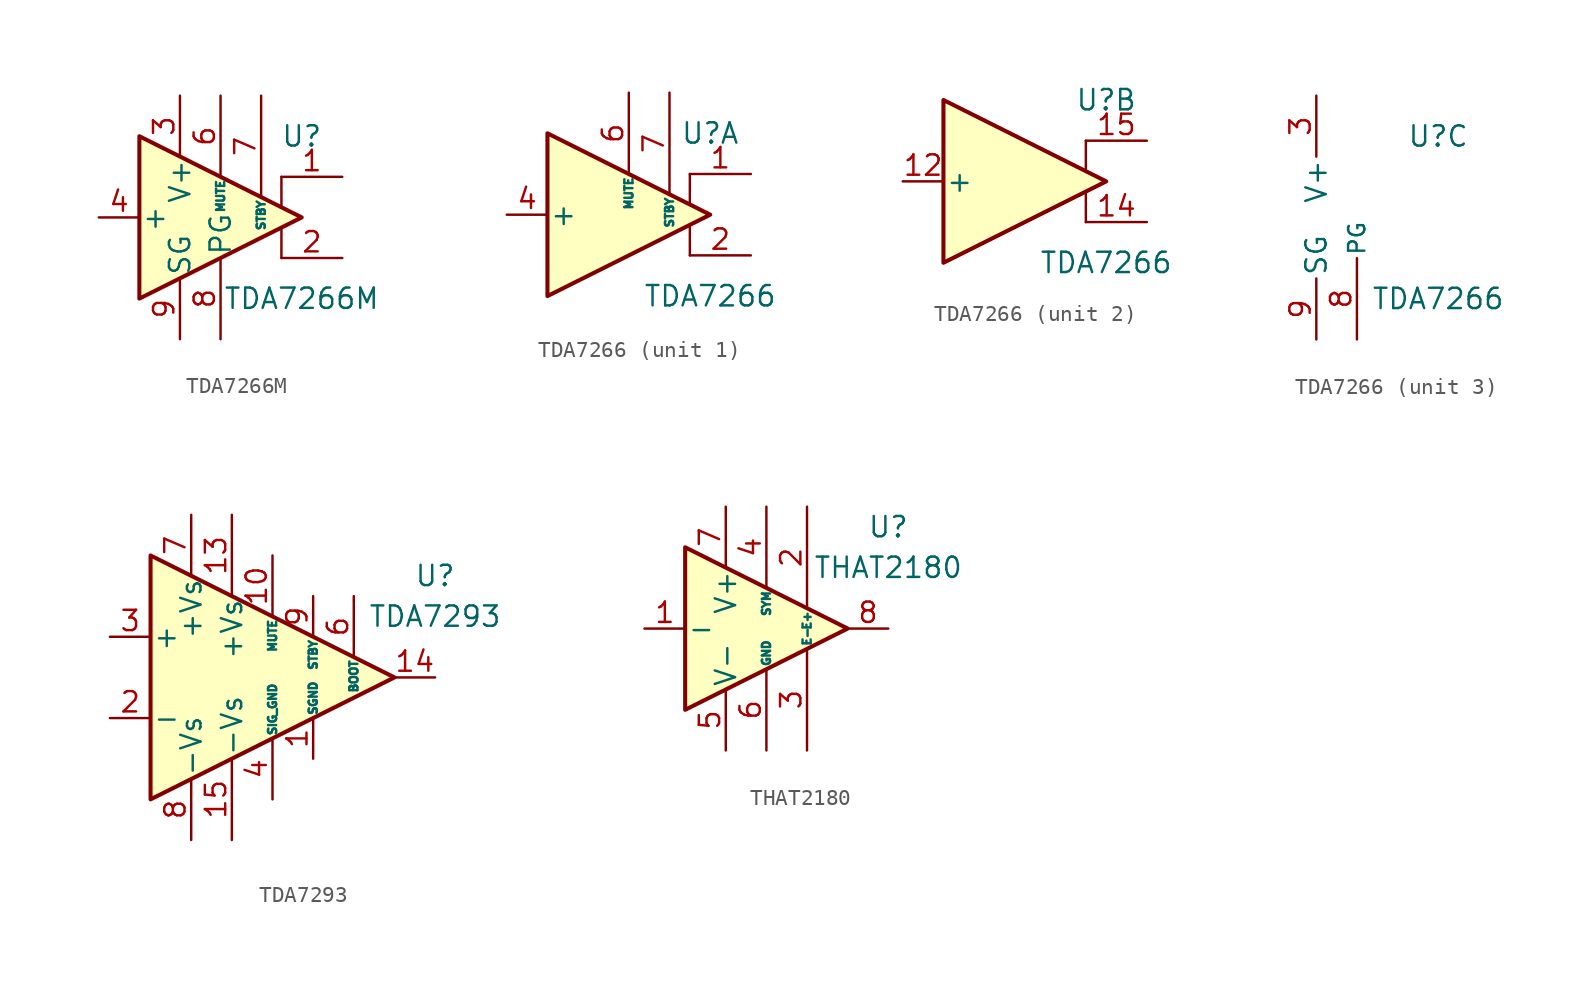
<source format=kicad_sym>
(kicad_symbol_lib
  (version 20201005)
  (generator kicad_symbol_editor)
  (symbol "TDA7266M"
    (pin_names
      (offset 0.127))
    (property "Reference" "U"
      (at 5.08 5.08 0)
      (effects (font (size 1.27 1.27))))
    (property "Value" "TDA7266M"
      (at 5.08 -5.08 0)
      (effects (font (size 1.27 1.27))))
    (symbol "TDA7266M_0_1"
      (polyline (pts (xy 3.81 -0.635) (xy 3.81 -2.54)) (stroke (width 0)) (fill (type none)))
      (polyline (pts (xy 3.81 2.54) (xy 3.81 0.635)) (stroke (width 0)) (fill (type none)))
      (polyline (pts (xy 5.08 0) (xy -5.08 5.08) (xy -5.08 -5.08) (xy 5.08 0)) (stroke (width 0.254)) (fill (type background))))
    (symbol "TDA7266M_1_1"
      (pin output line (at 7.62 2.54 180) (length 3.81) (name "~" (effects (font (size 1.27 1.27)))) (number "1" (effects (font (size 1.27 1.27)))))
      (pin no_connect line (at 0 2.54 270) (length 2.54) hide (name "NC" (effects (font (size 1.27 1.27)))) (number "10" (effects (font (size 1.27 1.27)))))
      (pin no_connect line (at 2.54 2.54 270) (length 2.54) hide (name "NC" (effects (font (size 1.27 1.27)))) (number "11" (effects (font (size 1.27 1.27)))))
      (pin no_connect line (at -2.54 -2.54 90) (length 2.54) hide (name "NC" (effects (font (size 1.27 1.27)))) (number "12" (effects (font (size 1.27 1.27)))))
      (pin passive line (at -2.54 7.62 270) (length 3.81) hide (name "V+" (effects (font (size 1.27 1.27)))) (number "13" (effects (font (size 1.27 1.27)))))
      (pin no_connect line (at 0 -2.54 90) (length 2.54) hide (name "NC" (effects (font (size 1.27 1.27)))) (number "14" (effects (font (size 1.27 1.27)))))
      (pin no_connect line (at 2.54 -2.54 90) (length 2.54) hide (name "NC" (effects (font (size 1.27 1.27)))) (number "15" (effects (font (size 1.27 1.27)))))
      (pin output line (at 7.62 -2.54 180) (length 3.81) (name "~" (effects (font (size 1.27 1.27)))) (number "2" (effects (font (size 1.27 1.27)))))
      (pin power_in line (at -2.54 7.62 270) (length 3.81) (name "V+" (effects (font (size 1.27 1.27)))) (number "3" (effects (font (size 1.27 1.27)))))
      (pin input line (at -7.62 0 0) (length 2.54) (name "+" (effects (font (size 1.27 1.27)))) (number "4" (effects (font (size 1.27 1.27)))))
      (pin no_connect line (at -2.54 2.54 270) (length 2.54) hide (name "NC" (effects (font (size 1.27 1.27)))) (number "5" (effects (font (size 1.27 1.27)))))
      (pin input line (at 0 7.62 270) (length 5.08) (name "MUTE" (effects (font (size 0.508 0.508)))) (number "6" (effects (font (size 1.27 1.27)))))
      (pin input line (at 2.54 7.62 270) (length 6.35) (name "STBY" (effects (font (size 0.508 0.508)))) (number "7" (effects (font (size 1.27 1.27)))))
      (pin power_in line (at 0 -7.62 90) (length 5.08) (name "PG" (effects (font (size 1.27 1.27)))) (number "8" (effects (font (size 1.27 1.27)))))
      (pin power_in line (at -2.54 -7.62 90) (length 3.81) (name "SG" (effects (font (size 1.27 1.27)))) (number "9" (effects (font (size 1.27 1.27)))))))
  (symbol "TDA7266"
    (pin_names
      (offset 0.127))
    (property "Reference" "U"
      (at 5.08 5.08 0)
      (effects (font (size 1.27 1.27))))
    (property "Value" "TDA7266"
      (at 5.08 -5.08 0)
      (effects (font (size 1.27 1.27))))
    (property "ki_locked" ""
      (at 0 0 0)
      (effects (font (size 1.27 1.27))))
    (symbol "TDA7266_1_1"
      (polyline (pts (xy 3.81 -0.635) (xy 3.81 -2.54)) (stroke (width 0)) (fill (type none)))
      (polyline (pts (xy 3.81 2.54) (xy 3.81 0.635)) (stroke (width 0)) (fill (type none)))
      (polyline (pts (xy 5.08 0) (xy -5.08 5.08) (xy -5.08 -5.08) (xy 5.08 0)) (stroke (width 0.254)) (fill (type background)))
      (pin output line (at 7.62 2.54 180) (length 3.81) (name "~" (effects (font (size 1.27 1.27)))) (number "1" (effects (font (size 1.27 1.27)))))
      (pin no_connect line (at 0 2.54 270) (length 2.54) hide (name "NC" (effects (font (size 1.27 1.27)))) (number "10" (effects (font (size 1.27 1.27)))))
      (pin no_connect line (at 2.54 2.54 270) (length 2.54) hide (name "NC" (effects (font (size 1.27 1.27)))) (number "11" (effects (font (size 1.27 1.27)))))
      (pin output line (at 7.62 -2.54 180) (length 3.81) (name "~" (effects (font (size 1.27 1.27)))) (number "2" (effects (font (size 1.27 1.27)))))
      (pin input line (at -7.62 0 0) (length 2.54) (name "+" (effects (font (size 1.27 1.27)))) (number "4" (effects (font (size 1.27 1.27)))))
      (pin no_connect line (at -2.54 2.54 270) (length 2.54) hide (name "NC" (effects (font (size 1.27 1.27)))) (number "5" (effects (font (size 1.27 1.27)))))
      (pin input line (at 0 7.62 270) (length 5.08) (name "MUTE" (effects (font (size 0.508 0.508)))) (number "6" (effects (font (size 1.27 1.27)))))
      (pin input line (at 2.54 7.62 270) (length 6.35) (name "STBY" (effects (font (size 0.508 0.508)))) (number "7" (effects (font (size 1.27 1.27))))))
    (symbol "TDA7266_2_1"
      (polyline (pts (xy 3.81 -0.635) (xy 3.81 -2.54)) (stroke (width 0)) (fill (type none)))
      (polyline (pts (xy 3.81 2.54) (xy 3.81 0.635)) (stroke (width 0)) (fill (type none)))
      (polyline (pts (xy 5.08 0) (xy -5.08 5.08) (xy -5.08 -5.08) (xy 5.08 0)) (stroke (width 0.254)) (fill (type background)))
      (pin input line (at -7.62 0 0) (length 2.54) (name "+" (effects (font (size 1.27 1.27)))) (number "12" (effects (font (size 1.27 1.27)))))
      (pin output line (at 7.62 -2.54 180) (length 3.81) (name "~" (effects (font (size 1.27 1.27)))) (number "14" (effects (font (size 1.27 1.27)))))
      (pin output line (at 7.62 2.54 180) (length 3.81) (name "~" (effects (font (size 1.27 1.27)))) (number "15" (effects (font (size 1.27 1.27))))))
    (symbol "TDA7266_3_1"
      (pin passive line (at -2.54 7.62 270) (length 3.81) hide (name "V+" (effects (font (size 1.27 1.27)))) (number "13" (effects (font (size 1.27 1.27)))))
      (pin power_in line (at -2.54 7.62 270) (length 3.81) (name "V+" (effects (font (size 1.27 1.27)))) (number "3" (effects (font (size 1.27 1.27)))))
      (pin power_in line (at 0 -7.62 90) (length 5.08) (name "PG" (effects (font (size 1.016 1.016)))) (number "8" (effects (font (size 1.27 1.27)))))
      (pin power_in line (at -2.54 -7.62 90) (length 3.81) (name "SG" (effects (font (size 1.27 1.27)))) (number "9" (effects (font (size 1.27 1.27)))))))
  (symbol "TDA7293"
    (pin_names
      (offset 0.127))
    (property "Reference" "U"
      (at 10.16 6.35 0)
      (effects (font (size 1.27 1.27))))
    (property "Value" "TDA7293"
      (at 10.16 3.81 0)
      (effects (font (size 1.27 1.27))))
    (symbol "TDA7293_0_1"
      (polyline (pts (xy -7.62 7.62) (xy 7.62 0) (xy -7.62 -7.62) (xy -7.62 7.62)) (stroke (width 0.254)) (fill (type background))))
    (symbol "TDA7293_1_1"
      (pin power_in line (at 2.54 -5.08 90) (length 2.54) (name "SGND" (effects (font (size 0.508 0.508)))) (number "1" (effects (font (size 1.27 1.27)))))
      (pin input line (at 0 7.62 270) (length 3.81) (name "MUTE" (effects (font (size 0.508 0.508)))) (number "10" (effects (font (size 1.27 1.27)))))
      (pin no_connect line (at 0 2.54 270) (length 2.54) hide (name "NC" (effects (font (size 1.27 1.27)))) (number "11" (effects (font (size 1.27 1.27)))))
      (pin no_connect line (at 2.54 2.54 270) (length 2.54) hide (name "NC" (effects (font (size 1.27 1.27)))) (number "12" (effects (font (size 1.27 1.27)))))
      (pin power_in line (at -2.54 10.16 270) (length 5.08) (name "+Vs" (effects (font (size 1.27 1.27)))) (number "13" (effects (font (size 1.27 1.27)))))
      (pin output line (at 10.16 0 180) (length 2.54) (name "~" (effects (font (size 1.27 1.27)))) (number "14" (effects (font (size 1.27 1.27)))))
      (pin power_in line (at -2.54 -10.16 90) (length 5.08) (name "-Vs" (effects (font (size 1.27 1.27)))) (number "15" (effects (font (size 1.27 1.27)))))
      (pin input line (at -10.16 -2.54 0) (length 2.54) (name "-" (effects (font (size 1.27 1.27)))) (number "2" (effects (font (size 1.27 1.27)))))
      (pin input line (at -10.16 2.54 0) (length 2.54) (name "+" (effects (font (size 1.27 1.27)))) (number "3" (effects (font (size 1.27 1.27)))))
      (pin power_in line (at 0 -7.62 90) (length 3.81) (name "SIG_GND" (effects (font (size 0.508 0.508)))) (number "4" (effects (font (size 1.27 1.27)))))
      (pin no_connect line (at -2.54 2.54 270) (length 2.54) hide (name "NC" (effects (font (size 1.27 1.27)))) (number "5" (effects (font (size 1.27 1.27)))))
      (pin passive line (at 5.08 5.08 270) (length 3.81) (name "BOOT" (effects (font (size 0.508 0.508)))) (number "6" (effects (font (size 1.27 1.27)))))
      (pin power_in line (at -5.08 10.16 270) (length 3.81) (name "+Vs" (effects (font (size 1.27 1.27)))) (number "7" (effects (font (size 1.27 1.27)))))
      (pin power_in line (at -5.08 -10.16 90) (length 3.81) (name "-Vs" (effects (font (size 1.27 1.27)))) (number "8" (effects (font (size 1.27 1.27)))))
      (pin input line (at 2.54 5.08 270) (length 2.54) (name "STBY" (effects (font (size 0.508 0.508)))) (number "9" (effects (font (size 1.27 1.27)))))))
  (symbol "THAT2180"
    (pin_names
      (offset 0.127))
    (property "Reference" "U"
      (at 7.62 6.35 0)
      (effects (font (size 1.27 1.27))))
    (property "Value" "THAT2180"
      (at 7.62 3.81 0)
      (effects (font (size 1.27 1.27))))
    (symbol "THAT2180_0_0"
      (pin power_in line (at -2.54 -7.62 90) (length 3.81) (name "V-" (effects (font (size 1.27 1.27)))) (number "5" (effects (font (size 1.27 1.27)))))
      (pin power_in line (at 0 -7.62 90) (length 5.08) (name "GND" (effects (font (size 0.508 0.508)))) (number "6" (effects (font (size 1.27 1.27)))))
      (pin power_in line (at -2.54 7.62 270) (length 3.81) (name "V+" (effects (font (size 1.27 1.27)))) (number "7" (effects (font (size 1.27 1.27))))))
    (symbol "THAT2180_0_1"
      (polyline (pts (xy -5.08 5.08) (xy 5.08 0) (xy -5.08 -5.08) (xy -5.08 5.08)) (stroke (width 0.254)) (fill (type background))))
    (symbol "THAT2180_1_1"
      (pin input line (at -7.62 0 0) (length 2.54) (name "-" (effects (font (size 1.27 1.27)))) (number "1" (effects (font (size 1.27 1.27)))))
      (pin input line (at 2.54 7.62 270) (length 6.35) (name "E+" (effects (font (size 0.508 0.508)))) (number "2" (effects (font (size 1.27 1.27)))))
      (pin input line (at 2.54 -7.62 90) (length 6.35) (name "E-" (effects (font (size 0.508 0.508)))) (number "3" (effects (font (size 1.27 1.27)))))
      (pin input line (at 0 7.62 270) (length 5.08) (name "SYM" (effects (font (size 0.508 0.508)))) (number "4" (effects (font (size 1.27 1.27)))))
      (pin output line (at 7.62 0 180) (length 2.54) (name "~" (effects (font (size 1.27 1.27)))) (number "8" (effects (font (size 1.27 1.27))))))))
</source>
